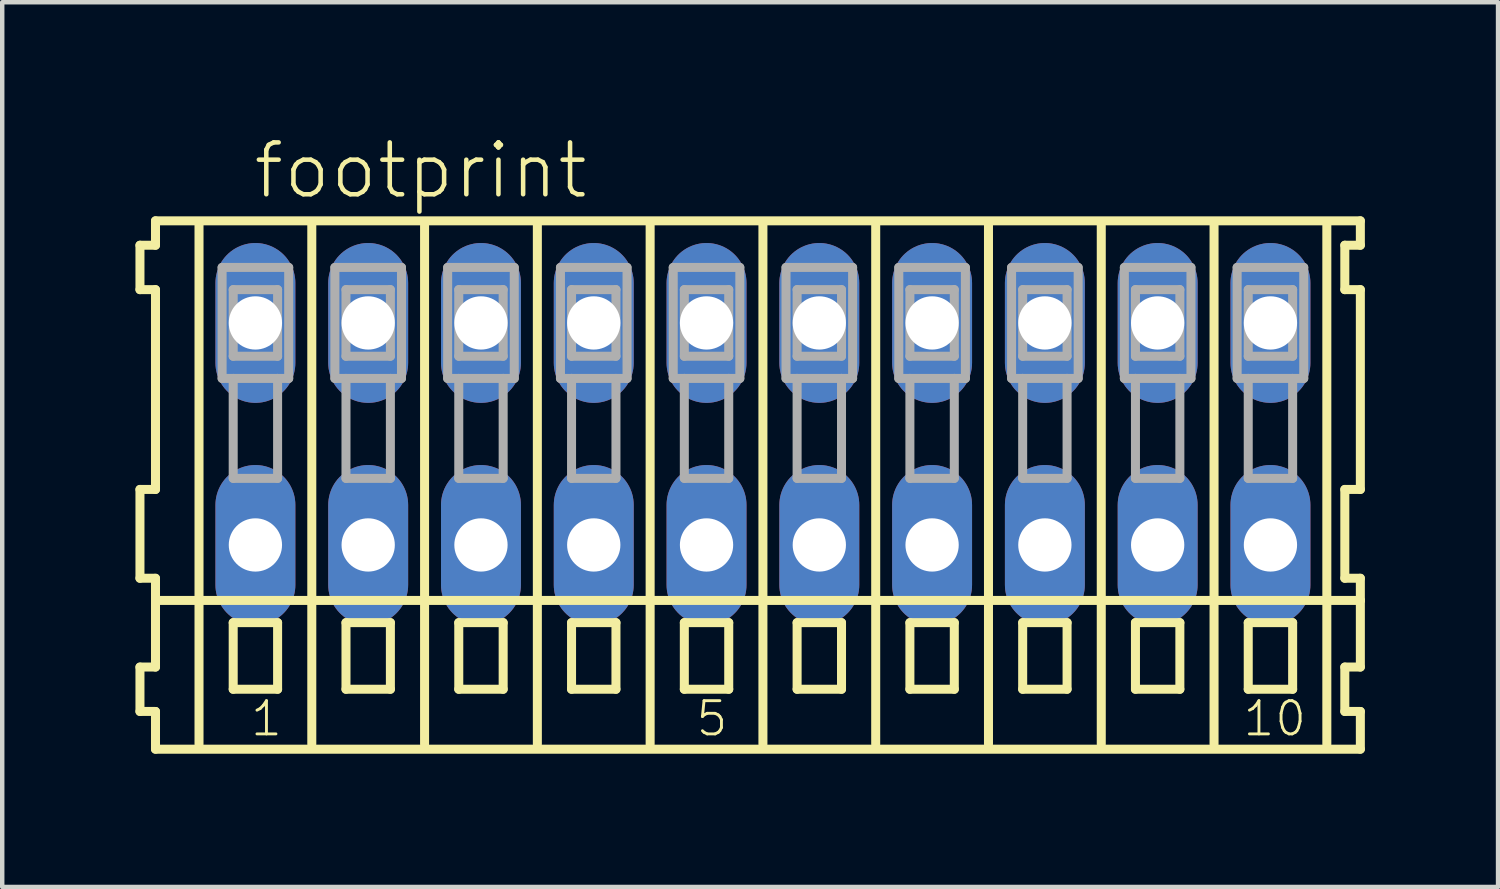
<source format=kicad_pcb>
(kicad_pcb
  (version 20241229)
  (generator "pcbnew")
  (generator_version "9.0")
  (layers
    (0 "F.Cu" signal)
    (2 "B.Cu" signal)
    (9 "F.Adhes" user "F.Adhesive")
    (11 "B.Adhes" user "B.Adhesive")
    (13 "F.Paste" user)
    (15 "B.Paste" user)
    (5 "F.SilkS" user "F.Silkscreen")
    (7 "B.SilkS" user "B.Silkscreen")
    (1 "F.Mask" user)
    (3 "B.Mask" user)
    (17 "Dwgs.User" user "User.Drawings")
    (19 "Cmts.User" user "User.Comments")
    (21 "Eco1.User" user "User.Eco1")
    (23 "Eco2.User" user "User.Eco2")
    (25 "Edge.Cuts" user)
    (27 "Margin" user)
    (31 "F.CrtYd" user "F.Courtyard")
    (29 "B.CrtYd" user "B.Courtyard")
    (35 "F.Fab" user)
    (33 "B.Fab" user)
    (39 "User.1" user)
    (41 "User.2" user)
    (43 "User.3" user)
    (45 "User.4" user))
  (footprint "footprint"
    (layer "F.Cu")
    (at 14.132 6.723)
    (property "Reference" "footprint" (at -11.53 -5.25 0) (layer "F.SilkS") (effects (font (size 1.168 1.168) (thickness 0.102)) (justify left bottom)))
    (fp_line (start -14.03 -4.25) (end -14.03 -3.25) (stroke (width 0.203) (type solid)) (layer "F.SilkS"))
    (fp_line (start -14.03 -3.25) (end -13.68 -3.25) (stroke (width 0.203) (type solid)) (layer "F.SilkS"))
    (fp_line (start -14.03 1.25) (end -14.03 3.25) (stroke (width 0.203) (type solid)) (layer "F.SilkS"))
    (fp_line (start -14.03 3.25) (end -13.68 3.25) (stroke (width 0.203) (type solid)) (layer "F.SilkS"))
    (fp_line (start -14.03 5.25) (end -14.03 6.25) (stroke (width 0.203) (type solid)) (layer "F.SilkS"))
    (fp_line (start -14.03 6.25) (end -13.68 6.25) (stroke (width 0.203) (type solid)) (layer "F.SilkS"))
    (fp_line (start -13.68 -4.8) (end -13.68 -4.25) (stroke (width 0.203) (type solid)) (layer "F.SilkS"))
    (fp_line (start -13.68 -4.25) (end -14.03 -4.25) (stroke (width 0.203) (type solid)) (layer "F.SilkS"))
    (fp_line (start -13.68 -3.25) (end -13.68 1.25) (stroke (width 0.203) (type solid)) (layer "F.SilkS"))
    (fp_line (start -13.68 1.25) (end -14.03 1.25) (stroke (width 0.203) (type solid)) (layer "F.SilkS"))
    (fp_line (start -13.68 3.25) (end -13.68 5.25) (stroke (width 0.203) (type solid)) (layer "F.SilkS"))
    (fp_line (start -13.68 3.75) (end 13.455 3.75) (stroke (width 0.203) (type solid)) (layer "F.SilkS"))
    (fp_line (start -13.68 5.25) (end -14.03 5.25) (stroke (width 0.203) (type solid)) (layer "F.SilkS"))
    (fp_line (start -13.68 6.25) (end -13.68 7.1) (stroke (width 0.203) (type solid)) (layer "F.SilkS"))
    (fp_line (start -13.68 7.1) (end 13.455 7.1) (stroke (width 0.203) (type solid)) (layer "F.SilkS"))
    (fp_line (start -12.7 6.985) (end -12.7 -4.699) (stroke (width 0.203) (type solid)) (layer "F.SilkS"))
    (fp_line (start -11.93 4.25) (end -11.93 5.75) (stroke (width 0.203) (type solid)) (layer "F.SilkS"))
    (fp_line (start -11.93 5.75) (end -10.93 5.75) (stroke (width 0.203) (type solid)) (layer "F.SilkS"))
    (fp_line (start -10.93 4.25) (end -11.93 4.25) (stroke (width 0.203) (type solid)) (layer "F.SilkS"))
    (fp_line (start -10.93 5.75) (end -10.93 4.25) (stroke (width 0.203) (type solid)) (layer "F.SilkS"))
    (fp_line (start -10.16 6.985) (end -10.16 -4.699) (stroke (width 0.203) (type solid)) (layer "F.SilkS"))
    (fp_line (start -9.39 4.25) (end -9.39 5.75) (stroke (width 0.203) (type solid)) (layer "F.SilkS"))
    (fp_line (start -9.39 5.75) (end -8.39 5.75) (stroke (width 0.203) (type solid)) (layer "F.SilkS"))
    (fp_line (start -8.39 4.25) (end -9.39 4.25) (stroke (width 0.203) (type solid)) (layer "F.SilkS"))
    (fp_line (start -8.39 5.75) (end -8.39 4.25) (stroke (width 0.203) (type solid)) (layer "F.SilkS"))
    (fp_line (start -7.62 6.985) (end -7.62 -4.699) (stroke (width 0.203) (type solid)) (layer "F.SilkS"))
    (fp_line (start -6.85 4.25) (end -6.85 5.75) (stroke (width 0.203) (type solid)) (layer "F.SilkS"))
    (fp_line (start -6.85 5.75) (end -5.85 5.75) (stroke (width 0.203) (type solid)) (layer "F.SilkS"))
    (fp_line (start -5.85 4.25) (end -6.85 4.25) (stroke (width 0.203) (type solid)) (layer "F.SilkS"))
    (fp_line (start -5.85 5.75) (end -5.85 4.25) (stroke (width 0.203) (type solid)) (layer "F.SilkS"))
    (fp_line (start -5.08 6.985) (end -5.08 -4.699) (stroke (width 0.203) (type solid)) (layer "F.SilkS"))
    (fp_line (start -4.31 4.25) (end -4.31 5.75) (stroke (width 0.203) (type solid)) (layer "F.SilkS"))
    (fp_line (start -4.31 5.75) (end -3.31 5.75) (stroke (width 0.203) (type solid)) (layer "F.SilkS"))
    (fp_line (start -3.31 4.25) (end -4.31 4.25) (stroke (width 0.203) (type solid)) (layer "F.SilkS"))
    (fp_line (start -3.31 5.75) (end -3.31 4.25) (stroke (width 0.203) (type solid)) (layer "F.SilkS"))
    (fp_line (start -2.54 6.985) (end -2.54 -4.699) (stroke (width 0.203) (type solid)) (layer "F.SilkS"))
    (fp_line (start -1.77 4.25) (end -1.77 5.75) (stroke (width 0.203) (type solid)) (layer "F.SilkS"))
    (fp_line (start -1.77 5.75) (end -0.77 5.75) (stroke (width 0.203) (type solid)) (layer "F.SilkS"))
    (fp_line (start -0.77 4.25) (end -1.77 4.25) (stroke (width 0.203) (type solid)) (layer "F.SilkS"))
    (fp_line (start -0.77 5.75) (end -0.77 4.25) (stroke (width 0.203) (type solid)) (layer "F.SilkS"))
    (fp_line (start 0 6.985) (end 0 -4.699) (stroke (width 0.203) (type solid)) (layer "F.SilkS"))
    (fp_line (start 0.77 4.25) (end 0.77 5.75) (stroke (width 0.203) (type solid)) (layer "F.SilkS"))
    (fp_line (start 0.77 5.75) (end 1.77 5.75) (stroke (width 0.203) (type solid)) (layer "F.SilkS"))
    (fp_line (start 1.77 4.25) (end 0.77 4.25) (stroke (width 0.203) (type solid)) (layer "F.SilkS"))
    (fp_line (start 1.77 5.75) (end 1.77 4.25) (stroke (width 0.203) (type solid)) (layer "F.SilkS"))
    (fp_line (start 2.54 6.985) (end 2.54 -4.699) (stroke (width 0.203) (type solid)) (layer "F.SilkS"))
    (fp_line (start 3.31 4.25) (end 3.31 5.75) (stroke (width 0.203) (type solid)) (layer "F.SilkS"))
    (fp_line (start 3.31 5.75) (end 4.31 5.75) (stroke (width 0.203) (type solid)) (layer "F.SilkS"))
    (fp_line (start 4.31 4.25) (end 3.31 4.25) (stroke (width 0.203) (type solid)) (layer "F.SilkS"))
    (fp_line (start 4.31 5.75) (end 4.31 4.25) (stroke (width 0.203) (type solid)) (layer "F.SilkS"))
    (fp_line (start 5.08 6.985) (end 5.08 -4.699) (stroke (width 0.203) (type solid)) (layer "F.SilkS"))
    (fp_line (start 5.85 4.25) (end 5.85 5.75) (stroke (width 0.203) (type solid)) (layer "F.SilkS"))
    (fp_line (start 5.85 5.75) (end 6.85 5.75) (stroke (width 0.203) (type solid)) (layer "F.SilkS"))
    (fp_line (start 6.85 4.25) (end 5.85 4.25) (stroke (width 0.203) (type solid)) (layer "F.SilkS"))
    (fp_line (start 6.85 5.75) (end 6.85 4.25) (stroke (width 0.203) (type solid)) (layer "F.SilkS"))
    (fp_line (start 7.62 6.985) (end 7.62 -4.699) (stroke (width 0.203) (type solid)) (layer "F.SilkS"))
    (fp_line (start 8.39 4.25) (end 8.39 5.75) (stroke (width 0.203) (type solid)) (layer "F.SilkS"))
    (fp_line (start 8.39 5.75) (end 9.39 5.75) (stroke (width 0.203) (type solid)) (layer "F.SilkS"))
    (fp_line (start 9.39 4.25) (end 8.39 4.25) (stroke (width 0.203) (type solid)) (layer "F.SilkS"))
    (fp_line (start 9.39 5.75) (end 9.39 4.25) (stroke (width 0.203) (type solid)) (layer "F.SilkS"))
    (fp_line (start 10.16 6.985) (end 10.16 -4.699) (stroke (width 0.203) (type solid)) (layer "F.SilkS"))
    (fp_line (start 10.93 4.25) (end 10.93 5.75) (stroke (width 0.203) (type solid)) (layer "F.SilkS"))
    (fp_line (start 10.93 5.75) (end 11.93 5.75) (stroke (width 0.203) (type solid)) (layer "F.SilkS"))
    (fp_line (start 11.93 4.25) (end 10.93 4.25) (stroke (width 0.203) (type solid)) (layer "F.SilkS"))
    (fp_line (start 11.93 5.75) (end 11.93 4.25) (stroke (width 0.203) (type solid)) (layer "F.SilkS"))
    (fp_line (start 12.7 6.985) (end 12.7 -4.699) (stroke (width 0.203) (type solid)) (layer "F.SilkS"))
    (fp_line (start 13.105 -4.25) (end 13.105 -3.25) (stroke (width 0.203) (type solid)) (layer "F.SilkS"))
    (fp_line (start 13.105 -3.25) (end 13.455 -3.25) (stroke (width 0.203) (type solid)) (layer "F.SilkS"))
    (fp_line (start 13.105 1.25) (end 13.105 3.25) (stroke (width 0.203) (type solid)) (layer "F.SilkS"))
    (fp_line (start 13.105 3.25) (end 13.455 3.25) (stroke (width 0.203) (type solid)) (layer "F.SilkS"))
    (fp_line (start 13.105 5.25) (end 13.105 6.25) (stroke (width 0.203) (type solid)) (layer "F.SilkS"))
    (fp_line (start 13.105 6.25) (end 13.455 6.25) (stroke (width 0.203) (type solid)) (layer "F.SilkS"))
    (fp_line (start 13.455 -4.8) (end -13.68 -4.8) (stroke (width 0.203) (type solid)) (layer "F.SilkS"))
    (fp_line (start 13.455 -4.25) (end 13.105 -4.25) (stroke (width 0.203) (type solid)) (layer "F.SilkS"))
    (fp_line (start 13.455 -4.25) (end 13.455 -4.8) (stroke (width 0.203) (type solid)) (layer "F.SilkS"))
    (fp_line (start 13.455 1.25) (end 13.105 1.25) (stroke (width 0.203) (type solid)) (layer "F.SilkS"))
    (fp_line (start 13.455 1.25) (end 13.455 -3.25) (stroke (width 0.203) (type solid)) (layer "F.SilkS"))
    (fp_line (start 13.455 3.75) (end 13.455 3.25) (stroke (width 0.203) (type solid)) (layer "F.SilkS"))
    (fp_line (start 13.455 5.25) (end 13.105 5.25) (stroke (width 0.203) (type solid)) (layer "F.SilkS"))
    (fp_line (start 13.455 5.25) (end 13.455 3.75) (stroke (width 0.203) (type solid)) (layer "F.SilkS"))
    (fp_line (start 13.455 7.1) (end 13.455 6.25) (stroke (width 0.203) (type solid)) (layer "F.SilkS"))
    (fp_line (start -12.18 -3.75) (end -12.18 -1.25) (stroke (width 0.203) (type solid)) (layer "F.Fab"))
    (fp_line (start -12.18 -1.25) (end -11.93 -1.25) (stroke (width 0.203) (type solid)) (layer "F.Fab"))
    (fp_line (start -11.93 -3.25) (end -11.93 -1.75) (stroke (width 0.203) (type solid)) (layer "F.Fab"))
    (fp_line (start -11.93 -1.75) (end -10.93 -1.75) (stroke (width 0.203) (type solid)) (layer "F.Fab"))
    (fp_line (start -11.93 -1.25) (end -11.93 1) (stroke (width 0.203) (type solid)) (layer "F.Fab"))
    (fp_line (start -11.93 -1.25) (end -10.93 -1.25) (stroke (width 0.203) (type solid)) (layer "F.Fab"))
    (fp_line (start -11.93 1) (end -10.93 1) (stroke (width 0.203) (type solid)) (layer "F.Fab"))
    (fp_line (start -10.93 -3.25) (end -11.93 -3.25) (stroke (width 0.203) (type solid)) (layer "F.Fab"))
    (fp_line (start -10.93 -1.75) (end -10.93 -3.25) (stroke (width 0.203) (type solid)) (layer "F.Fab"))
    (fp_line (start -10.93 -1.25) (end -10.68 -1.25) (stroke (width 0.203) (type solid)) (layer "F.Fab"))
    (fp_line (start -10.93 1) (end -10.93 -1.25) (stroke (width 0.203) (type solid)) (layer "F.Fab"))
    (fp_line (start -10.68 -3.75) (end -12.18 -3.75) (stroke (width 0.203) (type solid)) (layer "F.Fab"))
    (fp_line (start -10.68 -1.25) (end -10.68 -3.75) (stroke (width 0.203) (type solid)) (layer "F.Fab"))
    (fp_line (start -9.64 -3.75) (end -9.64 -1.25) (stroke (width 0.203) (type solid)) (layer "F.Fab"))
    (fp_line (start -9.64 -1.25) (end -9.39 -1.25) (stroke (width 0.203) (type solid)) (layer "F.Fab"))
    (fp_line (start -9.39 -3.25) (end -9.39 -1.75) (stroke (width 0.203) (type solid)) (layer "F.Fab"))
    (fp_line (start -9.39 -1.75) (end -8.39 -1.75) (stroke (width 0.203) (type solid)) (layer "F.Fab"))
    (fp_line (start -9.39 -1.25) (end -9.39 1) (stroke (width 0.203) (type solid)) (layer "F.Fab"))
    (fp_line (start -9.39 -1.25) (end -8.39 -1.25) (stroke (width 0.203) (type solid)) (layer "F.Fab"))
    (fp_line (start -9.39 1) (end -8.39 1) (stroke (width 0.203) (type solid)) (layer "F.Fab"))
    (fp_line (start -8.39 -3.25) (end -9.39 -3.25) (stroke (width 0.203) (type solid)) (layer "F.Fab"))
    (fp_line (start -8.39 -1.75) (end -8.39 -3.25) (stroke (width 0.203) (type solid)) (layer "F.Fab"))
    (fp_line (start -8.39 -1.25) (end -8.14 -1.25) (stroke (width 0.203) (type solid)) (layer "F.Fab"))
    (fp_line (start -8.39 1) (end -8.39 -1.25) (stroke (width 0.203) (type solid)) (layer "F.Fab"))
    (fp_line (start -8.14 -3.75) (end -9.64 -3.75) (stroke (width 0.203) (type solid)) (layer "F.Fab"))
    (fp_line (start -8.14 -1.25) (end -8.14 -3.75) (stroke (width 0.203) (type solid)) (layer "F.Fab"))
    (fp_line (start -7.1 -3.75) (end -7.1 -1.25) (stroke (width 0.203) (type solid)) (layer "F.Fab"))
    (fp_line (start -7.1 -1.25) (end -6.85 -1.25) (stroke (width 0.203) (type solid)) (layer "F.Fab"))
    (fp_line (start -6.85 -3.25) (end -6.85 -1.75) (stroke (width 0.203) (type solid)) (layer "F.Fab"))
    (fp_line (start -6.85 -1.75) (end -5.85 -1.75) (stroke (width 0.203) (type solid)) (layer "F.Fab"))
    (fp_line (start -6.85 -1.25) (end -6.85 1) (stroke (width 0.203) (type solid)) (layer "F.Fab"))
    (fp_line (start -6.85 -1.25) (end -5.85 -1.25) (stroke (width 0.203) (type solid)) (layer "F.Fab"))
    (fp_line (start -6.85 1) (end -5.85 1) (stroke (width 0.203) (type solid)) (layer "F.Fab"))
    (fp_line (start -5.85 -3.25) (end -6.85 -3.25) (stroke (width 0.203) (type solid)) (layer "F.Fab"))
    (fp_line (start -5.85 -1.75) (end -5.85 -3.25) (stroke (width 0.203) (type solid)) (layer "F.Fab"))
    (fp_line (start -5.85 -1.25) (end -5.6 -1.25) (stroke (width 0.203) (type solid)) (layer "F.Fab"))
    (fp_line (start -5.85 1) (end -5.85 -1.25) (stroke (width 0.203) (type solid)) (layer "F.Fab"))
    (fp_line (start -5.6 -3.75) (end -7.1 -3.75) (stroke (width 0.203) (type solid)) (layer "F.Fab"))
    (fp_line (start -5.6 -1.25) (end -5.6 -3.75) (stroke (width 0.203) (type solid)) (layer "F.Fab"))
    (fp_line (start -4.56 -3.75) (end -4.56 -1.25) (stroke (width 0.203) (type solid)) (layer "F.Fab"))
    (fp_line (start -4.56 -1.25) (end -4.31 -1.25) (stroke (width 0.203) (type solid)) (layer "F.Fab"))
    (fp_line (start -4.31 -3.25) (end -4.31 -1.75) (stroke (width 0.203) (type solid)) (layer "F.Fab"))
    (fp_line (start -4.31 -1.75) (end -3.31 -1.75) (stroke (width 0.203) (type solid)) (layer "F.Fab"))
    (fp_line (start -4.31 -1.25) (end -4.31 1) (stroke (width 0.203) (type solid)) (layer "F.Fab"))
    (fp_line (start -4.31 -1.25) (end -3.31 -1.25) (stroke (width 0.203) (type solid)) (layer "F.Fab"))
    (fp_line (start -4.31 1) (end -3.31 1) (stroke (width 0.203) (type solid)) (layer "F.Fab"))
    (fp_line (start -3.31 -3.25) (end -4.31 -3.25) (stroke (width 0.203) (type solid)) (layer "F.Fab"))
    (fp_line (start -3.31 -1.75) (end -3.31 -3.25) (stroke (width 0.203) (type solid)) (layer "F.Fab"))
    (fp_line (start -3.31 -1.25) (end -3.06 -1.25) (stroke (width 0.203) (type solid)) (layer "F.Fab"))
    (fp_line (start -3.31 1) (end -3.31 -1.25) (stroke (width 0.203) (type solid)) (layer "F.Fab"))
    (fp_line (start -3.06 -3.75) (end -4.56 -3.75) (stroke (width 0.203) (type solid)) (layer "F.Fab"))
    (fp_line (start -3.06 -1.25) (end -3.06 -3.75) (stroke (width 0.203) (type solid)) (layer "F.Fab"))
    (fp_line (start -2.02 -3.75) (end -2.02 -1.25) (stroke (width 0.203) (type solid)) (layer "F.Fab"))
    (fp_line (start -2.02 -1.25) (end -1.77 -1.25) (stroke (width 0.203) (type solid)) (layer "F.Fab"))
    (fp_line (start -1.77 -3.25) (end -1.77 -1.75) (stroke (width 0.203) (type solid)) (layer "F.Fab"))
    (fp_line (start -1.77 -1.75) (end -0.77 -1.75) (stroke (width 0.203) (type solid)) (layer "F.Fab"))
    (fp_line (start -1.77 -1.25) (end -1.77 1) (stroke (width 0.203) (type solid)) (layer "F.Fab"))
    (fp_line (start -1.77 -1.25) (end -0.77 -1.25) (stroke (width 0.203) (type solid)) (layer "F.Fab"))
    (fp_line (start -1.77 1) (end -0.77 1) (stroke (width 0.203) (type solid)) (layer "F.Fab"))
    (fp_line (start -0.77 -3.25) (end -1.77 -3.25) (stroke (width 0.203) (type solid)) (layer "F.Fab"))
    (fp_line (start -0.77 -1.75) (end -0.77 -3.25) (stroke (width 0.203) (type solid)) (layer "F.Fab"))
    (fp_line (start -0.77 -1.25) (end -0.52 -1.25) (stroke (width 0.203) (type solid)) (layer "F.Fab"))
    (fp_line (start -0.77 1) (end -0.77 -1.25) (stroke (width 0.203) (type solid)) (layer "F.Fab"))
    (fp_line (start -0.52 -3.75) (end -2.02 -3.75) (stroke (width 0.203) (type solid)) (layer "F.Fab"))
    (fp_line (start -0.52 -1.25) (end -0.52 -3.75) (stroke (width 0.203) (type solid)) (layer "F.Fab"))
    (fp_line (start 0.52 -3.75) (end 0.52 -1.25) (stroke (width 0.203) (type solid)) (layer "F.Fab"))
    (fp_line (start 0.52 -1.25) (end 0.77 -1.25) (stroke (width 0.203) (type solid)) (layer "F.Fab"))
    (fp_line (start 0.77 -3.25) (end 0.77 -1.75) (stroke (width 0.203) (type solid)) (layer "F.Fab"))
    (fp_line (start 0.77 -1.75) (end 1.77 -1.75) (stroke (width 0.203) (type solid)) (layer "F.Fab"))
    (fp_line (start 0.77 -1.25) (end 0.77 1) (stroke (width 0.203) (type solid)) (layer "F.Fab"))
    (fp_line (start 0.77 -1.25) (end 1.77 -1.25) (stroke (width 0.203) (type solid)) (layer "F.Fab"))
    (fp_line (start 0.77 1) (end 1.77 1) (stroke (width 0.203) (type solid)) (layer "F.Fab"))
    (fp_line (start 1.77 -3.25) (end 0.77 -3.25) (stroke (width 0.203) (type solid)) (layer "F.Fab"))
    (fp_line (start 1.77 -1.75) (end 1.77 -3.25) (stroke (width 0.203) (type solid)) (layer "F.Fab"))
    (fp_line (start 1.77 -1.25) (end 2.02 -1.25) (stroke (width 0.203) (type solid)) (layer "F.Fab"))
    (fp_line (start 1.77 1) (end 1.77 -1.25) (stroke (width 0.203) (type solid)) (layer "F.Fab"))
    (fp_line (start 2.02 -3.75) (end 0.52 -3.75) (stroke (width 0.203) (type solid)) (layer "F.Fab"))
    (fp_line (start 2.02 -1.25) (end 2.02 -3.75) (stroke (width 0.203) (type solid)) (layer "F.Fab"))
    (fp_line (start 3.06 -3.75) (end 3.06 -1.25) (stroke (width 0.203) (type solid)) (layer "F.Fab"))
    (fp_line (start 3.06 -1.25) (end 3.31 -1.25) (stroke (width 0.203) (type solid)) (layer "F.Fab"))
    (fp_line (start 3.31 -3.25) (end 3.31 -1.75) (stroke (width 0.203) (type solid)) (layer "F.Fab"))
    (fp_line (start 3.31 -1.75) (end 4.31 -1.75) (stroke (width 0.203) (type solid)) (layer "F.Fab"))
    (fp_line (start 3.31 -1.25) (end 3.31 1) (stroke (width 0.203) (type solid)) (layer "F.Fab"))
    (fp_line (start 3.31 -1.25) (end 4.31 -1.25) (stroke (width 0.203) (type solid)) (layer "F.Fab"))
    (fp_line (start 3.31 1) (end 4.31 1) (stroke (width 0.203) (type solid)) (layer "F.Fab"))
    (fp_line (start 4.31 -3.25) (end 3.31 -3.25) (stroke (width 0.203) (type solid)) (layer "F.Fab"))
    (fp_line (start 4.31 -1.75) (end 4.31 -3.25) (stroke (width 0.203) (type solid)) (layer "F.Fab"))
    (fp_line (start 4.31 -1.25) (end 4.56 -1.25) (stroke (width 0.203) (type solid)) (layer "F.Fab"))
    (fp_line (start 4.31 1) (end 4.31 -1.25) (stroke (width 0.203) (type solid)) (layer "F.Fab"))
    (fp_line (start 4.56 -3.75) (end 3.06 -3.75) (stroke (width 0.203) (type solid)) (layer "F.Fab"))
    (fp_line (start 4.56 -1.25) (end 4.56 -3.75) (stroke (width 0.203) (type solid)) (layer "F.Fab"))
    (fp_line (start 5.6 -3.75) (end 5.6 -1.25) (stroke (width 0.203) (type solid)) (layer "F.Fab"))
    (fp_line (start 5.6 -1.25) (end 5.85 -1.25) (stroke (width 0.203) (type solid)) (layer "F.Fab"))
    (fp_line (start 5.85 -3.25) (end 5.85 -1.75) (stroke (width 0.203) (type solid)) (layer "F.Fab"))
    (fp_line (start 5.85 -1.75) (end 6.85 -1.75) (stroke (width 0.203) (type solid)) (layer "F.Fab"))
    (fp_line (start 5.85 -1.25) (end 5.85 1) (stroke (width 0.203) (type solid)) (layer "F.Fab"))
    (fp_line (start 5.85 -1.25) (end 6.85 -1.25) (stroke (width 0.203) (type solid)) (layer "F.Fab"))
    (fp_line (start 5.85 1) (end 6.85 1) (stroke (width 0.203) (type solid)) (layer "F.Fab"))
    (fp_line (start 6.85 -3.25) (end 5.85 -3.25) (stroke (width 0.203) (type solid)) (layer "F.Fab"))
    (fp_line (start 6.85 -1.75) (end 6.85 -3.25) (stroke (width 0.203) (type solid)) (layer "F.Fab"))
    (fp_line (start 6.85 -1.25) (end 7.1 -1.25) (stroke (width 0.203) (type solid)) (layer "F.Fab"))
    (fp_line (start 6.85 1) (end 6.85 -1.25) (stroke (width 0.203) (type solid)) (layer "F.Fab"))
    (fp_line (start 7.1 -3.75) (end 5.6 -3.75) (stroke (width 0.203) (type solid)) (layer "F.Fab"))
    (fp_line (start 7.1 -1.25) (end 7.1 -3.75) (stroke (width 0.203) (type solid)) (layer "F.Fab"))
    (fp_line (start 8.14 -3.75) (end 8.14 -1.25) (stroke (width 0.203) (type solid)) (layer "F.Fab"))
    (fp_line (start 8.14 -1.25) (end 8.39 -1.25) (stroke (width 0.203) (type solid)) (layer "F.Fab"))
    (fp_line (start 8.39 -3.25) (end 8.39 -1.75) (stroke (width 0.203) (type solid)) (layer "F.Fab"))
    (fp_line (start 8.39 -1.75) (end 9.39 -1.75) (stroke (width 0.203) (type solid)) (layer "F.Fab"))
    (fp_line (start 8.39 -1.25) (end 8.39 1) (stroke (width 0.203) (type solid)) (layer "F.Fab"))
    (fp_line (start 8.39 -1.25) (end 9.39 -1.25) (stroke (width 0.203) (type solid)) (layer "F.Fab"))
    (fp_line (start 8.39 1) (end 9.39 1) (stroke (width 0.203) (type solid)) (layer "F.Fab"))
    (fp_line (start 9.39 -3.25) (end 8.39 -3.25) (stroke (width 0.203) (type solid)) (layer "F.Fab"))
    (fp_line (start 9.39 -1.75) (end 9.39 -3.25) (stroke (width 0.203) (type solid)) (layer "F.Fab"))
    (fp_line (start 9.39 -1.25) (end 9.64 -1.25) (stroke (width 0.203) (type solid)) (layer "F.Fab"))
    (fp_line (start 9.39 1) (end 9.39 -1.25) (stroke (width 0.203) (type solid)) (layer "F.Fab"))
    (fp_line (start 9.64 -3.75) (end 8.14 -3.75) (stroke (width 0.203) (type solid)) (layer "F.Fab"))
    (fp_line (start 9.64 -1.25) (end 9.64 -3.75) (stroke (width 0.203) (type solid)) (layer "F.Fab"))
    (fp_line (start 10.68 -3.75) (end 10.68 -1.25) (stroke (width 0.203) (type solid)) (layer "F.Fab"))
    (fp_line (start 10.68 -1.25) (end 10.93 -1.25) (stroke (width 0.203) (type solid)) (layer "F.Fab"))
    (fp_line (start 10.93 -3.25) (end 10.93 -1.75) (stroke (width 0.203) (type solid)) (layer "F.Fab"))
    (fp_line (start 10.93 -1.75) (end 11.93 -1.75) (stroke (width 0.203) (type solid)) (layer "F.Fab"))
    (fp_line (start 10.93 -1.25) (end 10.93 1) (stroke (width 0.203) (type solid)) (layer "F.Fab"))
    (fp_line (start 10.93 -1.25) (end 11.93 -1.25) (stroke (width 0.203) (type solid)) (layer "F.Fab"))
    (fp_line (start 10.93 1) (end 11.93 1) (stroke (width 0.203) (type solid)) (layer "F.Fab"))
    (fp_line (start 11.93 -3.25) (end 10.93 -3.25) (stroke (width 0.203) (type solid)) (layer "F.Fab"))
    (fp_line (start 11.93 -1.75) (end 11.93 -3.25) (stroke (width 0.203) (type solid)) (layer "F.Fab"))
    (fp_line (start 11.93 -1.25) (end 12.18 -1.25) (stroke (width 0.203) (type solid)) (layer "F.Fab"))
    (fp_line (start 11.93 1) (end 11.93 -1.25) (stroke (width 0.203) (type solid)) (layer "F.Fab"))
    (fp_line (start 12.18 -3.75) (end 10.68 -3.75) (stroke (width 0.203) (type solid)) (layer "F.Fab"))
    (fp_line (start 12.18 -1.25) (end 12.18 -3.75) (stroke (width 0.203) (type solid)) (layer "F.Fab"))
    (fp_text user "5" (at -1.547 6.85 0) (layer "F.SilkS") (effects (font (size 0.748 0.748) (thickness 0.065)) (justify left bottom)))
    (fp_text user "1" (at -11.58 6.85 0) (layer "F.SilkS") (effects (font (size 0.748 0.748) (thickness 0.065)) (justify left bottom)))
    (fp_text user "10" (at 10.772 6.85 0) (layer "F.SilkS") (effects (font (size 0.748 0.748) (thickness 0.065)) (justify left bottom)))
    (pad "A1" thru_hole oval (at -11.43 -2.5 90) (size 3.6 1.8) (drill 1.2) (layers "*.Cu" "*.Mask"))
    (pad "A2" thru_hole oval (at -8.89 -2.5 90) (size 3.6 1.8) (drill 1.2) (layers "*.Cu" "*.Mask"))
    (pad "A3" thru_hole oval (at -6.35 -2.5 90) (size 3.6 1.8) (drill 1.2) (layers "*.Cu" "*.Mask"))
    (pad "A4" thru_hole oval (at -3.81 -2.5 90) (size 3.6 1.8) (drill 1.2) (layers "*.Cu" "*.Mask"))
    (pad "A5" thru_hole oval (at -1.27 -2.5 90) (size 3.6 1.8) (drill 1.2) (layers "*.Cu" "*.Mask"))
    (pad "A6" thru_hole oval (at 1.27 -2.5 90) (size 3.6 1.8) (drill 1.2) (layers "*.Cu" "*.Mask"))
    (pad "A7" thru_hole oval (at 3.81 -2.5 90) (size 3.6 1.8) (drill 1.2) (layers "*.Cu" "*.Mask"))
    (pad "A8" thru_hole oval (at 6.35 -2.5 90) (size 3.6 1.8) (drill 1.2) (layers "*.Cu" "*.Mask"))
    (pad "A9" thru_hole oval (at 8.89 -2.5 90) (size 3.6 1.8) (drill 1.2) (layers "*.Cu" "*.Mask"))
    (pad "A10" thru_hole oval (at 11.43 -2.5 90) (size 3.6 1.8) (drill 1.2) (layers "*.Cu" "*.Mask"))
    (pad "B1" thru_hole oval (at -11.43 2.5 90) (size 3.6 1.8) (drill 1.2) (layers "*.Cu" "*.Mask"))
    (pad "B2" thru_hole oval (at -8.89 2.5 90) (size 3.6 1.8) (drill 1.2) (layers "*.Cu" "*.Mask"))
    (pad "B3" thru_hole oval (at -6.35 2.5 90) (size 3.6 1.8) (drill 1.2) (layers "*.Cu" "*.Mask"))
    (pad "B4" thru_hole oval (at -3.81 2.5 90) (size 3.6 1.8) (drill 1.2) (layers "*.Cu" "*.Mask"))
    (pad "B5" thru_hole oval (at -1.27 2.5 90) (size 3.6 1.8) (drill 1.2) (layers "*.Cu" "*.Mask"))
    (pad "B6" thru_hole oval (at 1.27 2.5 90) (size 3.6 1.8) (drill 1.2) (layers "*.Cu" "*.Mask"))
    (pad "B7" thru_hole oval (at 3.81 2.5 90) (size 3.6 1.8) (drill 1.2) (layers "*.Cu" "*.Mask"))
    (pad "B8" thru_hole oval (at 6.35 2.5 90) (size 3.6 1.8) (drill 1.2) (layers "*.Cu" "*.Mask"))
    (pad "B9" thru_hole oval (at 8.89 2.5 90) (size 3.6 1.8) (drill 1.2) (layers "*.Cu" "*.Mask"))
    (pad "B10" thru_hole oval (at 11.43 2.5 90) (size 3.6 1.8) (drill 1.2) (layers "*.Cu" "*.Mask")))
  (gr_rect
    (start -3 -3)
    (end 30.688 16.925)
    (stroke (width 0.1) (type default))
    (fill no)
    (layer "Edge.Cuts")))
</source>
